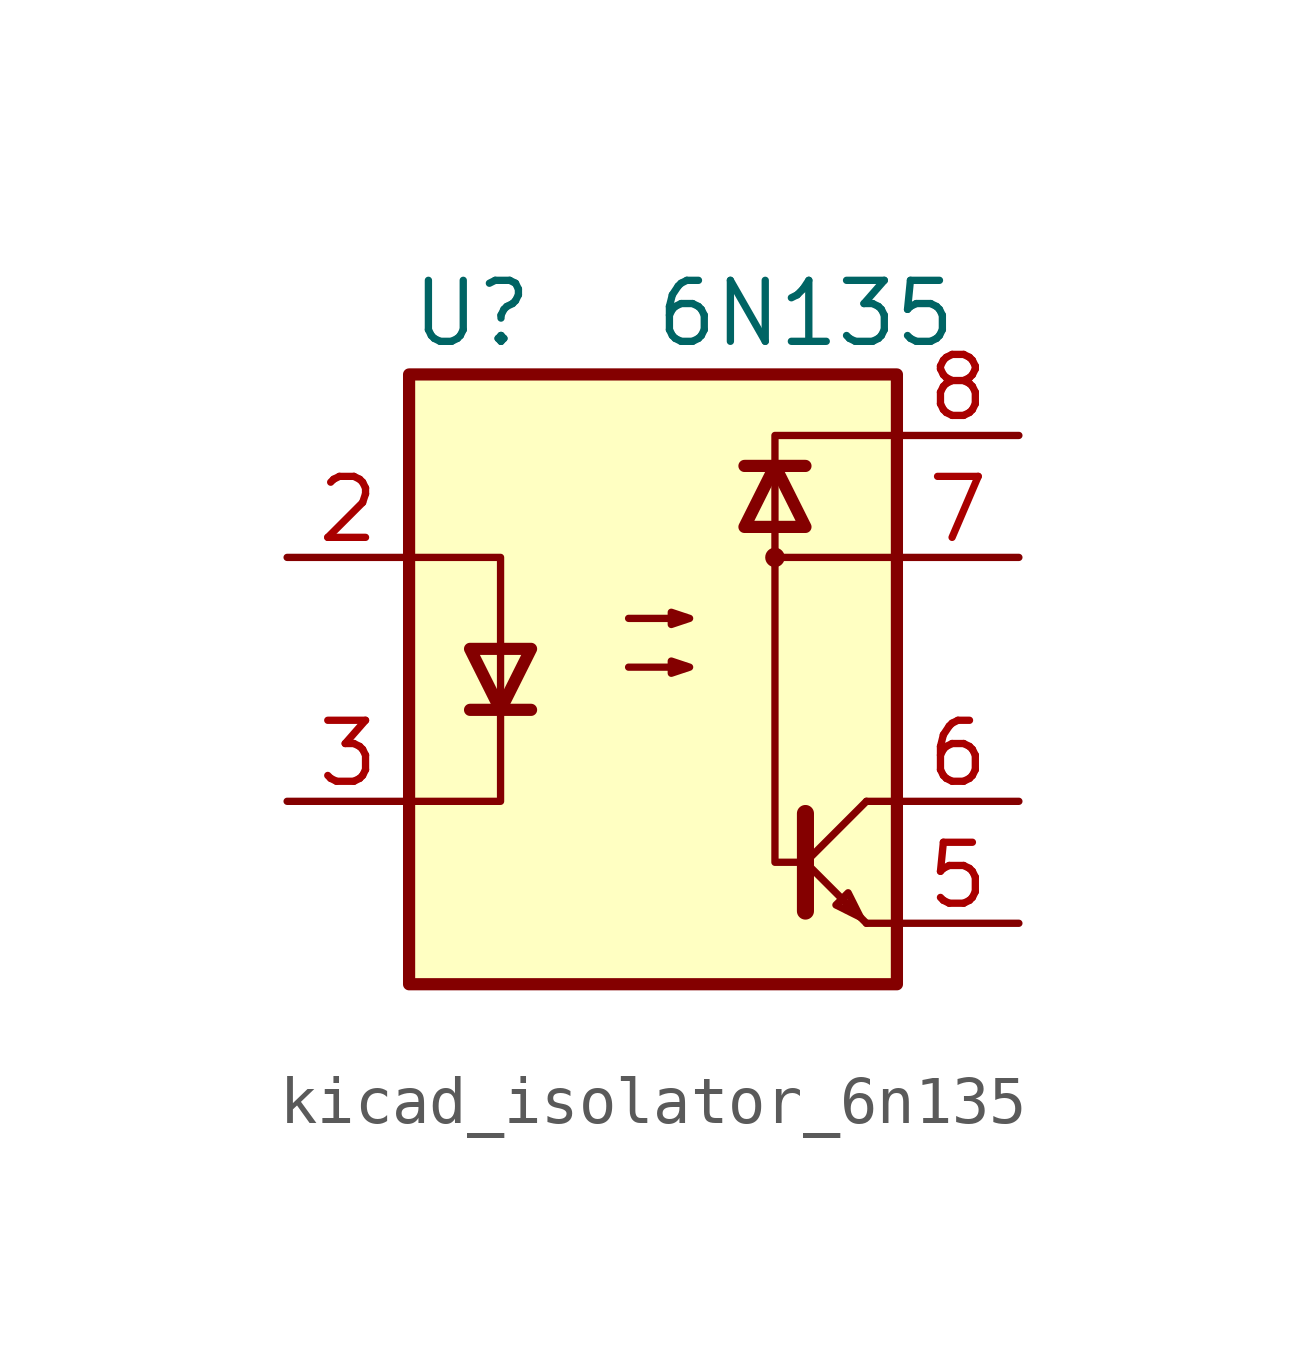
<source format=kicad_sym>
(kicad_symbol_lib
  (version 20220914)
  (generator kicad_symbol_editor)
  (symbol "kicad_isolator_6n135"
    (pin_names
      (offset 1.016))
    (property "Reference" "U"
      (at -5.08 7.62 0)
      (effects (font (size 1.27 1.27)) (justify left)))
    (property "Value" "6N135"
      (at 0 7.62 0)
      (effects (font (size 1.27 1.27)) (justify left)))
    (symbol "kicad_isolator_6n135_0_1"
      (rectangle (start -5.08 6.35) (end 5.08 -6.35) (stroke (width 0.254) (type default)) (fill (type background)))
      (polyline (pts (xy -3.81 -0.635) (xy -2.54 -0.635)) (stroke (width 0.254) (type default)) (fill (type none)))
      (polyline (pts (xy 1.905 4.445) (xy 3.175 4.445)) (stroke (width 0.254) (type default)) (fill (type none)))
      (polyline (pts (xy 3.175 -2.794) (xy 3.175 -4.826)) (stroke (width 0.356) (type default)) (fill (type none)))
      (polyline (pts (xy 3.302 -3.937) (xy 4.445 -5.08)) (stroke (width 0) (type default)) (fill (type none)))
      (polyline (pts (xy 3.302 -3.683) (xy 4.445 -2.54)) (stroke (width 0) (type default)) (fill (type none)))
      (polyline (pts (xy 5.08 -5.08) (xy 4.445 -5.08)) (stroke (width 0) (type default)) (fill (type none)))
      (polyline (pts (xy 5.08 -2.54) (xy 4.445 -2.54)) (stroke (width 0) (type default)) (fill (type none)))
      (polyline (pts (xy 5.08 2.54) (xy 2.54 2.54)) (stroke (width 0) (type default)) (fill (type none)))
      (polyline (pts (xy -5.08 2.54) (xy -3.175 2.54) (xy -3.175 -2.54) (xy -5.08 -2.54)) (stroke (width 0) (type default)) (fill (type none)))
      (polyline (pts (xy -3.175 -0.635) (xy -3.81 0.635) (xy -2.54 0.635) (xy -3.175 -0.635)) (stroke (width 0.254) (type default)) (fill (type none)))
      (polyline (pts (xy 2.54 4.445) (xy 1.905 3.175) (xy 3.175 3.175) (xy 2.54 4.445)) (stroke (width 0.254) (type default)) (fill (type none)))
      (polyline (pts (xy 4.318 -4.953) (xy 4.064 -4.445) (xy 3.81 -4.699) (xy 4.318 -4.953)) (stroke (width 0) (type default)) (fill (type none)))
      (polyline (pts (xy 5.08 5.08) (xy 2.54 5.08) (xy 2.54 -3.81) (xy 3.175 -3.81)) (stroke (width 0) (type default)) (fill (type none)))
      (polyline (pts (xy -0.508 0.254) (xy 0.762 0.254) (xy 0.381 0.127) (xy 0.381 0.381) (xy 0.762 0.254)) (stroke (width 0) (type default)) (fill (type none)))
      (polyline (pts (xy -0.508 1.27) (xy 0.762 1.27) (xy 0.381 1.143) (xy 0.381 1.397) (xy 0.762 1.27)) (stroke (width 0) (type default)) (fill (type none)))
      (circle (center 2.54 2.54) (radius 0.127) (stroke (width 0) (type default)) (fill (type none))))
    (symbol "kicad_isolator_6n135_1_1"
      (pin no_connect line (at -5.08 5.08 0) (length 2.54) hide (name "NC" (effects (font (size 1.27 1.27)))) (number "1" (effects (font (size 1.27 1.27)))))
      (pin passive line (at -7.62 2.54 0) (length 2.54) (name "~" (effects (font (size 1.27 1.27)))) (number "2" (effects (font (size 1.27 1.27)))))
      (pin passive line (at -7.62 -2.54 0) (length 2.54) (name "~" (effects (font (size 1.27 1.27)))) (number "3" (effects (font (size 1.27 1.27)))))
      (pin no_connect line (at -5.08 -5.08 0) (length 2.54) hide (name "NC" (effects (font (size 1.27 1.27)))) (number "4" (effects (font (size 1.27 1.27)))))
      (pin passive line (at 7.62 -5.08 180) (length 2.54) (name "~" (effects (font (size 1.27 1.27)))) (number "5" (effects (font (size 1.27 1.27)))))
      (pin passive line (at 7.62 -2.54 180) (length 2.54) (name "~" (effects (font (size 1.27 1.27)))) (number "6" (effects (font (size 1.27 1.27)))))
      (pin passive line (at 7.62 2.54 180) (length 2.54) (name "~" (effects (font (size 1.27 1.27)))) (number "7" (effects (font (size 1.27 1.27)))))
      (pin passive line (at 7.62 5.08 180) (length 2.54) (name "~" (effects (font (size 1.27 1.27)))) (number "8" (effects (font (size 1.27 1.27))))))))
</source>
